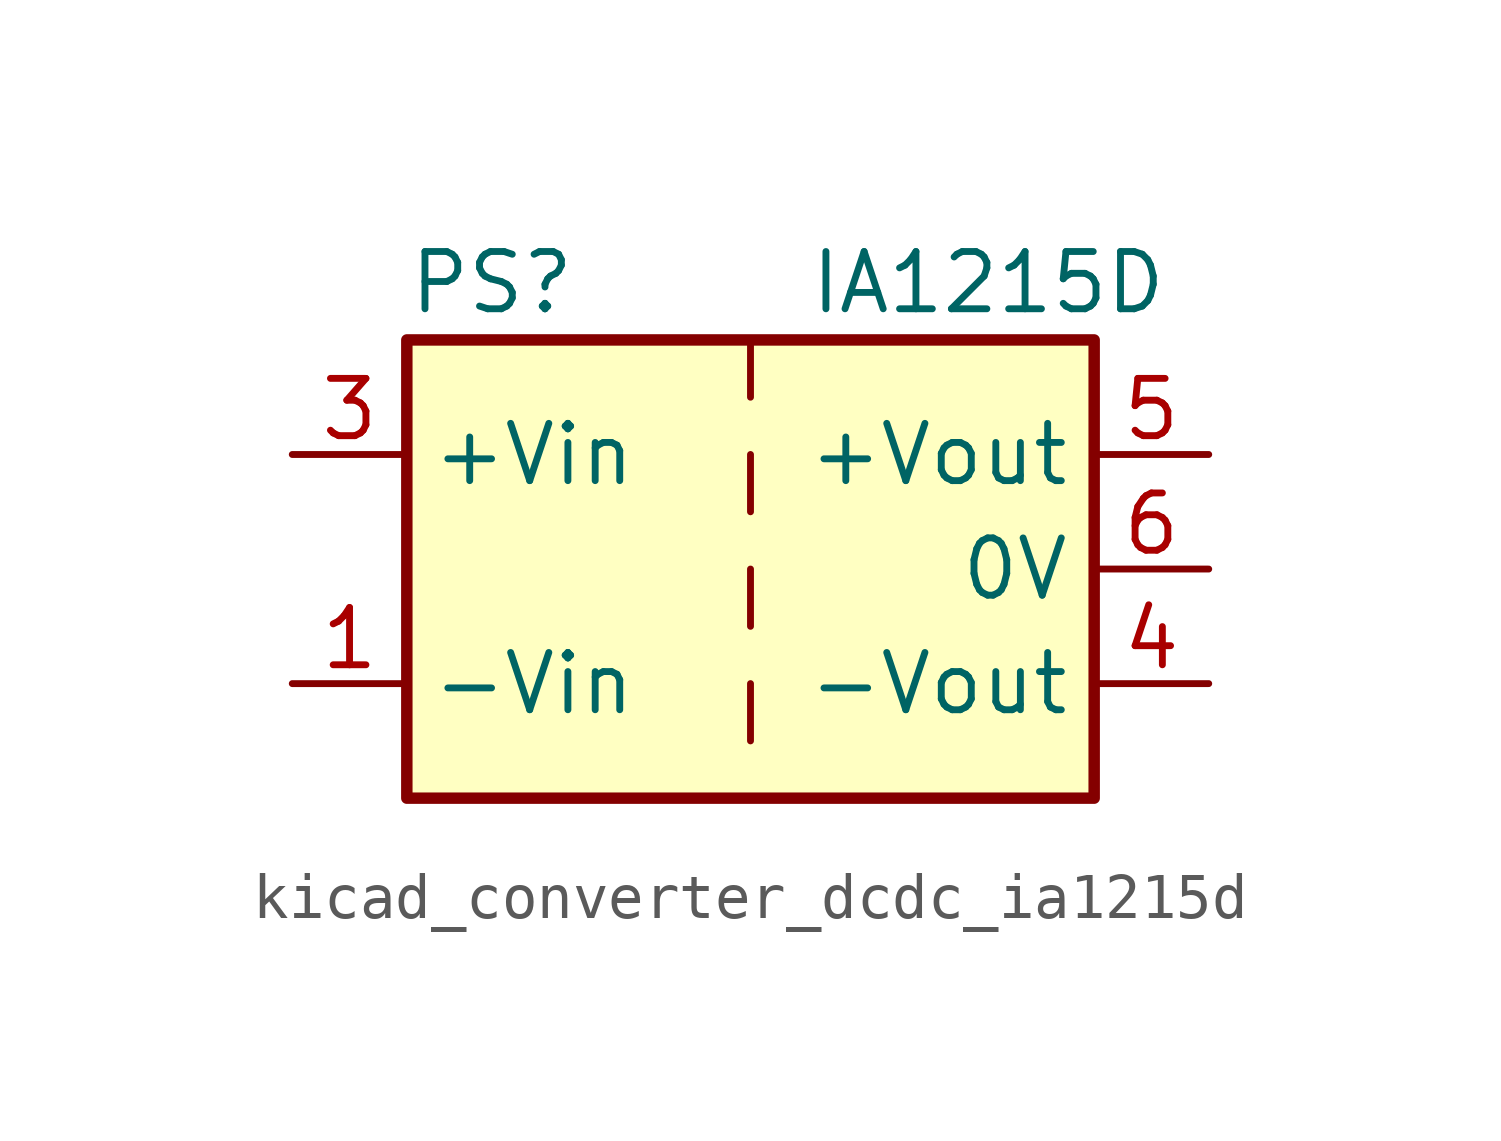
<source format=kicad_sym>
(kicad_symbol_lib
  (version 20220914)
  (generator kicad_symbol_editor)
  (symbol "kicad_converter_dcdc_ia1215d"
    (property "Reference" "PS"
      (at -7.62 6.35 0)
      (effects (font (size 1.27 1.27)) (justify left)))
    (property "Value" "IA1215D"
      (at 1.27 6.35 0)
      (effects (font (size 1.27 1.27)) (justify left)))
    (symbol "kicad_converter_dcdc_ia1215d_0_0"
      (pin power_in line (at -10.16 -2.54 0) (length 2.54) (name "-Vin" (effects (font (size 1.27 1.27)))) (number "1" (effects (font (size 1.27 1.27)))))
      (pin power_in line (at -10.16 2.54 0) (length 2.54) (name "+Vin" (effects (font (size 1.27 1.27)))) (number "3" (effects (font (size 1.27 1.27)))))
      (pin power_out line (at 10.16 -2.54 180) (length 2.54) (name "-Vout" (effects (font (size 1.27 1.27)))) (number "4" (effects (font (size 1.27 1.27)))))
      (pin power_out line (at 10.16 2.54 180) (length 2.54) (name "+Vout" (effects (font (size 1.27 1.27)))) (number "5" (effects (font (size 1.27 1.27)))))
      (pin power_out line (at 10.16 0 180) (length 2.54) (name "0V" (effects (font (size 1.27 1.27)))) (number "6" (effects (font (size 1.27 1.27))))))
    (symbol "kicad_converter_dcdc_ia1215d_0_1"
      (rectangle (start -7.62 5.08) (end 7.62 -5.08) (stroke (width 0.254) (type default)) (fill (type background)))
      (polyline (pts (xy 0 -2.54) (xy 0 -3.81)) (stroke (width 0) (type default)) (fill (type none)))
      (polyline (pts (xy 0 0) (xy 0 -1.27)) (stroke (width 0) (type default)) (fill (type none)))
      (polyline (pts (xy 0 2.54) (xy 0 1.27)) (stroke (width 0) (type default)) (fill (type none)))
      (polyline (pts (xy 0 5.08) (xy 0 3.81)) (stroke (width 0) (type default)) (fill (type none))))
    (symbol "kicad_converter_dcdc_ia1215d_1_1"
      (pin no_connect line (at 0 -5.08 90) (length 2.54) hide (name "NC" (effects (font (size 1.27 1.27)))) (number "2" (effects (font (size 1.27 1.27))))))))
</source>
